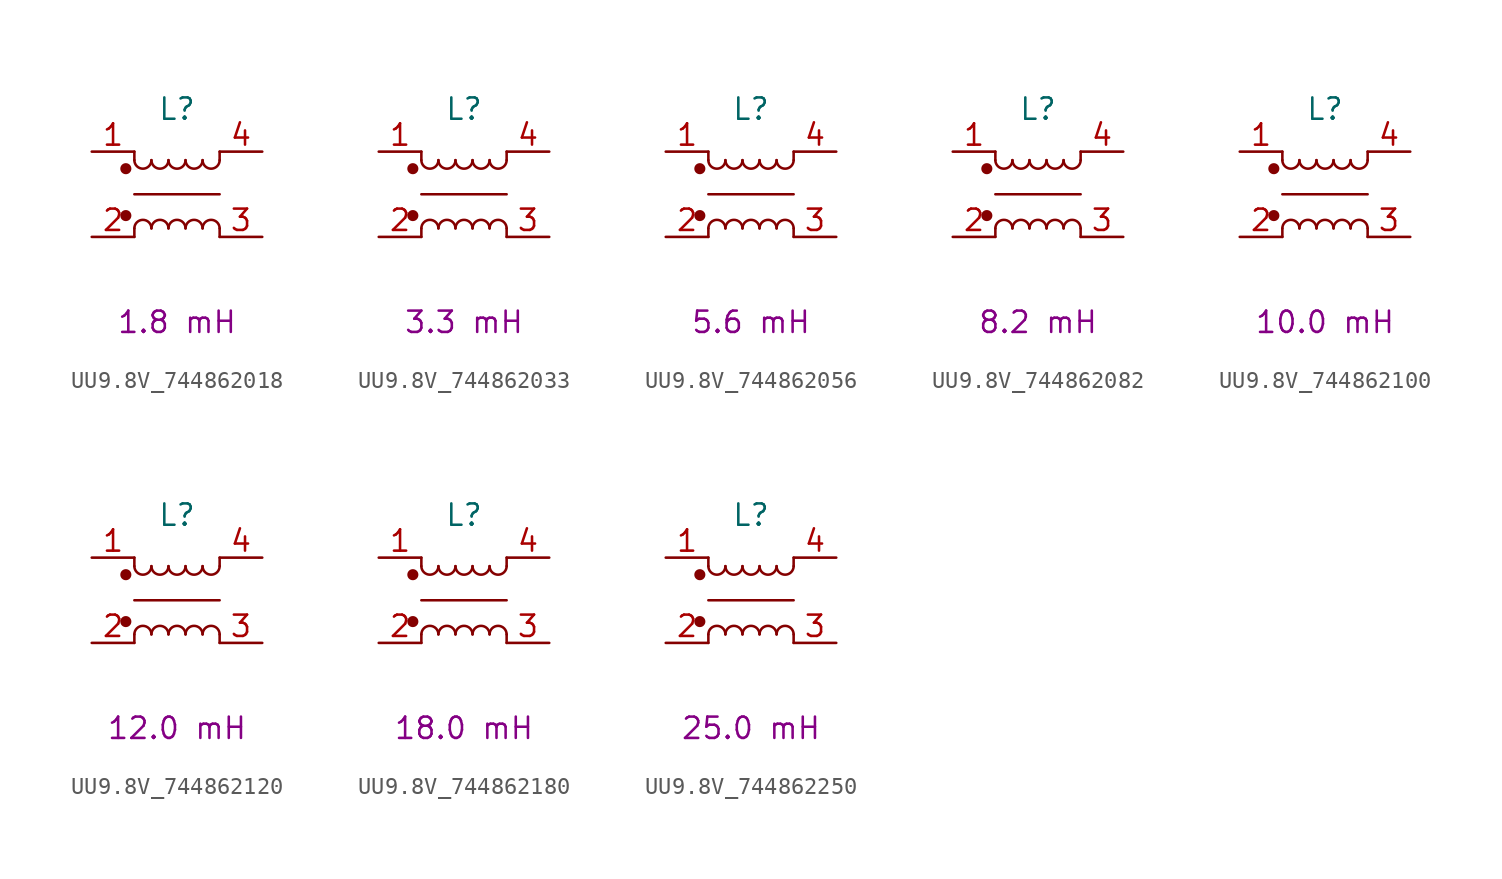
<source format=kicad_sym>
(kicad_symbol_lib
  (version 20220914)
  (generator kicad_symbol_editor)
  (symbol "UU9.8V_744862018"
    (pin_names hide)
    (property "Reference" "L"
      (at 0 5.08 0)
      (effects (font (size 1.27 1.27))))
    (property "Critical Parameter" "1.8 mH"
      (at 0 -7.62 0)
      (effects (font (size 1.27 1.27))))
    (symbol "UU9.8V_744862018_0_1"
      (circle (center -3.048 -1.27) (radius 0.254) (stroke (width 0) (type default)) (fill (type outline)))
      (circle (center -3.048 1.524) (radius 0.254) (stroke (width 0) (type default)) (fill (type outline)))
      (arc (start -2.54 2.032) (mid -2.032 1.5262) (end -1.524 2.032) (stroke (width 0) (type default)) (fill (type none)))
      (arc (start -1.524 -2.032) (mid -2.032 -1.5262) (end -2.54 -2.032) (stroke (width 0) (type default)) (fill (type none)))
      (arc (start -1.524 2.032) (mid -1.016 1.5262) (end -0.508 2.032) (stroke (width 0) (type default)) (fill (type none)))
      (arc (start -0.508 -2.032) (mid -1.016 -1.5262) (end -1.524 -2.032) (stroke (width 0) (type default)) (fill (type none)))
      (arc (start -0.508 2.032) (mid 0 1.5262) (end 0.508 2.032) (stroke (width 0) (type default)) (fill (type none)))
      (polyline (pts (xy -2.54 -2.032) (xy -2.54 -2.54)) (stroke (width 0) (type default)) (fill (type none)))
      (polyline (pts (xy -2.54 2.032) (xy -2.54 2.54)) (stroke (width 0) (type default)) (fill (type none)))
      (polyline (pts (xy 2.54 -2.032) (xy 2.54 -2.54)) (stroke (width 0) (type default)) (fill (type none)))
      (polyline (pts (xy 2.54 0) (xy -2.54 0)) (stroke (width 0) (type default)) (fill (type none)))
      (polyline (pts (xy 2.54 2.54) (xy 2.54 2.032)) (stroke (width 0) (type default)) (fill (type none)))
      (arc (start 0.508 -2.032) (mid 0 -1.5262) (end -0.508 -2.032) (stroke (width 0) (type default)) (fill (type none)))
      (arc (start 0.508 2.032) (mid 1.016 1.5262) (end 1.524 2.032) (stroke (width 0) (type default)) (fill (type none)))
      (arc (start 1.524 -2.032) (mid 1.016 -1.5262) (end 0.508 -2.032) (stroke (width 0) (type default)) (fill (type none)))
      (arc (start 1.524 2.032) (mid 2.032 1.5262) (end 2.54 2.032) (stroke (width 0) (type default)) (fill (type none)))
      (arc (start 2.54 -2.032) (mid 2.032 -1.5262) (end 1.524 -2.032) (stroke (width 0) (type default)) (fill (type none))))
    (symbol "UU9.8V_744862018_1_1"
      (pin passive line (at -5.08 2.54 0) (length 2.54) (name "1" (effects (font (size 1.27 1.27)))) (number "1" (effects (font (size 1.27 1.27)))))
      (pin passive line (at -5.08 -2.54 0) (length 2.54) (name "2" (effects (font (size 1.27 1.27)))) (number "2" (effects (font (size 1.27 1.27)))))
      (pin passive line (at 5.08 -2.54 180) (length 2.54) (name "3" (effects (font (size 1.27 1.27)))) (number "3" (effects (font (size 1.27 1.27)))))
      (pin passive line (at 5.08 2.54 180) (length 2.54) (name "4" (effects (font (size 1.27 1.27)))) (number "4" (effects (font (size 1.27 1.27)))))))
  (symbol "UU9.8V_744862033"
    (pin_names hide)
    (property "Reference" "L"
      (at 0 5.08 0)
      (effects (font (size 1.27 1.27))))
    (property "Critical Parameter" "3.3 mH"
      (at 0 -7.62 0)
      (effects (font (size 1.27 1.27))))
    (symbol "UU9.8V_744862033_0_1"
      (circle (center -3.048 -1.27) (radius 0.254) (stroke (width 0) (type default)) (fill (type outline)))
      (circle (center -3.048 1.524) (radius 0.254) (stroke (width 0) (type default)) (fill (type outline)))
      (arc (start -2.54 2.032) (mid -2.032 1.5262) (end -1.524 2.032) (stroke (width 0) (type default)) (fill (type none)))
      (arc (start -1.524 -2.032) (mid -2.032 -1.5262) (end -2.54 -2.032) (stroke (width 0) (type default)) (fill (type none)))
      (arc (start -1.524 2.032) (mid -1.016 1.5262) (end -0.508 2.032) (stroke (width 0) (type default)) (fill (type none)))
      (arc (start -0.508 -2.032) (mid -1.016 -1.5262) (end -1.524 -2.032) (stroke (width 0) (type default)) (fill (type none)))
      (arc (start -0.508 2.032) (mid 0 1.5262) (end 0.508 2.032) (stroke (width 0) (type default)) (fill (type none)))
      (polyline (pts (xy -2.54 -2.032) (xy -2.54 -2.54)) (stroke (width 0) (type default)) (fill (type none)))
      (polyline (pts (xy -2.54 2.032) (xy -2.54 2.54)) (stroke (width 0) (type default)) (fill (type none)))
      (polyline (pts (xy 2.54 -2.032) (xy 2.54 -2.54)) (stroke (width 0) (type default)) (fill (type none)))
      (polyline (pts (xy 2.54 0) (xy -2.54 0)) (stroke (width 0) (type default)) (fill (type none)))
      (polyline (pts (xy 2.54 2.54) (xy 2.54 2.032)) (stroke (width 0) (type default)) (fill (type none)))
      (arc (start 0.508 -2.032) (mid 0 -1.5262) (end -0.508 -2.032) (stroke (width 0) (type default)) (fill (type none)))
      (arc (start 0.508 2.032) (mid 1.016 1.5262) (end 1.524 2.032) (stroke (width 0) (type default)) (fill (type none)))
      (arc (start 1.524 -2.032) (mid 1.016 -1.5262) (end 0.508 -2.032) (stroke (width 0) (type default)) (fill (type none)))
      (arc (start 1.524 2.032) (mid 2.032 1.5262) (end 2.54 2.032) (stroke (width 0) (type default)) (fill (type none)))
      (arc (start 2.54 -2.032) (mid 2.032 -1.5262) (end 1.524 -2.032) (stroke (width 0) (type default)) (fill (type none))))
    (symbol "UU9.8V_744862033_1_1"
      (pin passive line (at -5.08 2.54 0) (length 2.54) (name "1" (effects (font (size 1.27 1.27)))) (number "1" (effects (font (size 1.27 1.27)))))
      (pin passive line (at -5.08 -2.54 0) (length 2.54) (name "2" (effects (font (size 1.27 1.27)))) (number "2" (effects (font (size 1.27 1.27)))))
      (pin passive line (at 5.08 -2.54 180) (length 2.54) (name "3" (effects (font (size 1.27 1.27)))) (number "3" (effects (font (size 1.27 1.27)))))
      (pin passive line (at 5.08 2.54 180) (length 2.54) (name "4" (effects (font (size 1.27 1.27)))) (number "4" (effects (font (size 1.27 1.27)))))))
  (symbol "UU9.8V_744862056"
    (pin_names hide)
    (property "Reference" "L"
      (at 0 5.08 0)
      (effects (font (size 1.27 1.27))))
    (property "Critical Parameter" "5.6 mH"
      (at 0 -7.62 0)
      (effects (font (size 1.27 1.27))))
    (symbol "UU9.8V_744862056_0_1"
      (circle (center -3.048 -1.27) (radius 0.254) (stroke (width 0) (type default)) (fill (type outline)))
      (circle (center -3.048 1.524) (radius 0.254) (stroke (width 0) (type default)) (fill (type outline)))
      (arc (start -2.54 2.032) (mid -2.032 1.5262) (end -1.524 2.032) (stroke (width 0) (type default)) (fill (type none)))
      (arc (start -1.524 -2.032) (mid -2.032 -1.5262) (end -2.54 -2.032) (stroke (width 0) (type default)) (fill (type none)))
      (arc (start -1.524 2.032) (mid -1.016 1.5262) (end -0.508 2.032) (stroke (width 0) (type default)) (fill (type none)))
      (arc (start -0.508 -2.032) (mid -1.016 -1.5262) (end -1.524 -2.032) (stroke (width 0) (type default)) (fill (type none)))
      (arc (start -0.508 2.032) (mid 0 1.5262) (end 0.508 2.032) (stroke (width 0) (type default)) (fill (type none)))
      (polyline (pts (xy -2.54 -2.032) (xy -2.54 -2.54)) (stroke (width 0) (type default)) (fill (type none)))
      (polyline (pts (xy -2.54 2.032) (xy -2.54 2.54)) (stroke (width 0) (type default)) (fill (type none)))
      (polyline (pts (xy 2.54 -2.032) (xy 2.54 -2.54)) (stroke (width 0) (type default)) (fill (type none)))
      (polyline (pts (xy 2.54 0) (xy -2.54 0)) (stroke (width 0) (type default)) (fill (type none)))
      (polyline (pts (xy 2.54 2.54) (xy 2.54 2.032)) (stroke (width 0) (type default)) (fill (type none)))
      (arc (start 0.508 -2.032) (mid 0 -1.5262) (end -0.508 -2.032) (stroke (width 0) (type default)) (fill (type none)))
      (arc (start 0.508 2.032) (mid 1.016 1.5262) (end 1.524 2.032) (stroke (width 0) (type default)) (fill (type none)))
      (arc (start 1.524 -2.032) (mid 1.016 -1.5262) (end 0.508 -2.032) (stroke (width 0) (type default)) (fill (type none)))
      (arc (start 1.524 2.032) (mid 2.032 1.5262) (end 2.54 2.032) (stroke (width 0) (type default)) (fill (type none)))
      (arc (start 2.54 -2.032) (mid 2.032 -1.5262) (end 1.524 -2.032) (stroke (width 0) (type default)) (fill (type none))))
    (symbol "UU9.8V_744862056_1_1"
      (pin passive line (at -5.08 2.54 0) (length 2.54) (name "1" (effects (font (size 1.27 1.27)))) (number "1" (effects (font (size 1.27 1.27)))))
      (pin passive line (at -5.08 -2.54 0) (length 2.54) (name "2" (effects (font (size 1.27 1.27)))) (number "2" (effects (font (size 1.27 1.27)))))
      (pin passive line (at 5.08 -2.54 180) (length 2.54) (name "3" (effects (font (size 1.27 1.27)))) (number "3" (effects (font (size 1.27 1.27)))))
      (pin passive line (at 5.08 2.54 180) (length 2.54) (name "4" (effects (font (size 1.27 1.27)))) (number "4" (effects (font (size 1.27 1.27)))))))
  (symbol "UU9.8V_744862082"
    (pin_names hide)
    (property "Reference" "L"
      (at 0 5.08 0)
      (effects (font (size 1.27 1.27))))
    (property "Critical Parameter" "8.2 mH"
      (at 0 -7.62 0)
      (effects (font (size 1.27 1.27))))
    (symbol "UU9.8V_744862082_0_1"
      (circle (center -3.048 -1.27) (radius 0.254) (stroke (width 0) (type default)) (fill (type outline)))
      (circle (center -3.048 1.524) (radius 0.254) (stroke (width 0) (type default)) (fill (type outline)))
      (arc (start -2.54 2.032) (mid -2.032 1.5262) (end -1.524 2.032) (stroke (width 0) (type default)) (fill (type none)))
      (arc (start -1.524 -2.032) (mid -2.032 -1.5262) (end -2.54 -2.032) (stroke (width 0) (type default)) (fill (type none)))
      (arc (start -1.524 2.032) (mid -1.016 1.5262) (end -0.508 2.032) (stroke (width 0) (type default)) (fill (type none)))
      (arc (start -0.508 -2.032) (mid -1.016 -1.5262) (end -1.524 -2.032) (stroke (width 0) (type default)) (fill (type none)))
      (arc (start -0.508 2.032) (mid 0 1.5262) (end 0.508 2.032) (stroke (width 0) (type default)) (fill (type none)))
      (polyline (pts (xy -2.54 -2.032) (xy -2.54 -2.54)) (stroke (width 0) (type default)) (fill (type none)))
      (polyline (pts (xy -2.54 2.032) (xy -2.54 2.54)) (stroke (width 0) (type default)) (fill (type none)))
      (polyline (pts (xy 2.54 -2.032) (xy 2.54 -2.54)) (stroke (width 0) (type default)) (fill (type none)))
      (polyline (pts (xy 2.54 0) (xy -2.54 0)) (stroke (width 0) (type default)) (fill (type none)))
      (polyline (pts (xy 2.54 2.54) (xy 2.54 2.032)) (stroke (width 0) (type default)) (fill (type none)))
      (arc (start 0.508 -2.032) (mid 0 -1.5262) (end -0.508 -2.032) (stroke (width 0) (type default)) (fill (type none)))
      (arc (start 0.508 2.032) (mid 1.016 1.5262) (end 1.524 2.032) (stroke (width 0) (type default)) (fill (type none)))
      (arc (start 1.524 -2.032) (mid 1.016 -1.5262) (end 0.508 -2.032) (stroke (width 0) (type default)) (fill (type none)))
      (arc (start 1.524 2.032) (mid 2.032 1.5262) (end 2.54 2.032) (stroke (width 0) (type default)) (fill (type none)))
      (arc (start 2.54 -2.032) (mid 2.032 -1.5262) (end 1.524 -2.032) (stroke (width 0) (type default)) (fill (type none))))
    (symbol "UU9.8V_744862082_1_1"
      (pin passive line (at -5.08 2.54 0) (length 2.54) (name "1" (effects (font (size 1.27 1.27)))) (number "1" (effects (font (size 1.27 1.27)))))
      (pin passive line (at -5.08 -2.54 0) (length 2.54) (name "2" (effects (font (size 1.27 1.27)))) (number "2" (effects (font (size 1.27 1.27)))))
      (pin passive line (at 5.08 -2.54 180) (length 2.54) (name "3" (effects (font (size 1.27 1.27)))) (number "3" (effects (font (size 1.27 1.27)))))
      (pin passive line (at 5.08 2.54 180) (length 2.54) (name "4" (effects (font (size 1.27 1.27)))) (number "4" (effects (font (size 1.27 1.27)))))))
  (symbol "UU9.8V_744862100"
    (pin_names hide)
    (property "Reference" "L"
      (at 0 5.08 0)
      (effects (font (size 1.27 1.27))))
    (property "Critical Parameter" "10.0 mH"
      (at 0 -7.62 0)
      (effects (font (size 1.27 1.27))))
    (symbol "UU9.8V_744862100_0_1"
      (circle (center -3.048 -1.27) (radius 0.254) (stroke (width 0) (type default)) (fill (type outline)))
      (circle (center -3.048 1.524) (radius 0.254) (stroke (width 0) (type default)) (fill (type outline)))
      (arc (start -2.54 2.032) (mid -2.032 1.5262) (end -1.524 2.032) (stroke (width 0) (type default)) (fill (type none)))
      (arc (start -1.524 -2.032) (mid -2.032 -1.5262) (end -2.54 -2.032) (stroke (width 0) (type default)) (fill (type none)))
      (arc (start -1.524 2.032) (mid -1.016 1.5262) (end -0.508 2.032) (stroke (width 0) (type default)) (fill (type none)))
      (arc (start -0.508 -2.032) (mid -1.016 -1.5262) (end -1.524 -2.032) (stroke (width 0) (type default)) (fill (type none)))
      (arc (start -0.508 2.032) (mid 0 1.5262) (end 0.508 2.032) (stroke (width 0) (type default)) (fill (type none)))
      (polyline (pts (xy -2.54 -2.032) (xy -2.54 -2.54)) (stroke (width 0) (type default)) (fill (type none)))
      (polyline (pts (xy -2.54 2.032) (xy -2.54 2.54)) (stroke (width 0) (type default)) (fill (type none)))
      (polyline (pts (xy 2.54 -2.032) (xy 2.54 -2.54)) (stroke (width 0) (type default)) (fill (type none)))
      (polyline (pts (xy 2.54 0) (xy -2.54 0)) (stroke (width 0) (type default)) (fill (type none)))
      (polyline (pts (xy 2.54 2.54) (xy 2.54 2.032)) (stroke (width 0) (type default)) (fill (type none)))
      (arc (start 0.508 -2.032) (mid 0 -1.5262) (end -0.508 -2.032) (stroke (width 0) (type default)) (fill (type none)))
      (arc (start 0.508 2.032) (mid 1.016 1.5262) (end 1.524 2.032) (stroke (width 0) (type default)) (fill (type none)))
      (arc (start 1.524 -2.032) (mid 1.016 -1.5262) (end 0.508 -2.032) (stroke (width 0) (type default)) (fill (type none)))
      (arc (start 1.524 2.032) (mid 2.032 1.5262) (end 2.54 2.032) (stroke (width 0) (type default)) (fill (type none)))
      (arc (start 2.54 -2.032) (mid 2.032 -1.5262) (end 1.524 -2.032) (stroke (width 0) (type default)) (fill (type none))))
    (symbol "UU9.8V_744862100_1_1"
      (pin passive line (at -5.08 2.54 0) (length 2.54) (name "1" (effects (font (size 1.27 1.27)))) (number "1" (effects (font (size 1.27 1.27)))))
      (pin passive line (at -5.08 -2.54 0) (length 2.54) (name "2" (effects (font (size 1.27 1.27)))) (number "2" (effects (font (size 1.27 1.27)))))
      (pin passive line (at 5.08 -2.54 180) (length 2.54) (name "3" (effects (font (size 1.27 1.27)))) (number "3" (effects (font (size 1.27 1.27)))))
      (pin passive line (at 5.08 2.54 180) (length 2.54) (name "4" (effects (font (size 1.27 1.27)))) (number "4" (effects (font (size 1.27 1.27)))))))
  (symbol "UU9.8V_744862120"
    (pin_names hide)
    (property "Reference" "L"
      (at 0 5.08 0)
      (effects (font (size 1.27 1.27))))
    (property "Critical Parameter" "12.0 mH"
      (at 0 -7.62 0)
      (effects (font (size 1.27 1.27))))
    (symbol "UU9.8V_744862120_0_1"
      (circle (center -3.048 -1.27) (radius 0.254) (stroke (width 0) (type default)) (fill (type outline)))
      (circle (center -3.048 1.524) (radius 0.254) (stroke (width 0) (type default)) (fill (type outline)))
      (arc (start -2.54 2.032) (mid -2.032 1.5262) (end -1.524 2.032) (stroke (width 0) (type default)) (fill (type none)))
      (arc (start -1.524 -2.032) (mid -2.032 -1.5262) (end -2.54 -2.032) (stroke (width 0) (type default)) (fill (type none)))
      (arc (start -1.524 2.032) (mid -1.016 1.5262) (end -0.508 2.032) (stroke (width 0) (type default)) (fill (type none)))
      (arc (start -0.508 -2.032) (mid -1.016 -1.5262) (end -1.524 -2.032) (stroke (width 0) (type default)) (fill (type none)))
      (arc (start -0.508 2.032) (mid 0 1.5262) (end 0.508 2.032) (stroke (width 0) (type default)) (fill (type none)))
      (polyline (pts (xy -2.54 -2.032) (xy -2.54 -2.54)) (stroke (width 0) (type default)) (fill (type none)))
      (polyline (pts (xy -2.54 2.032) (xy -2.54 2.54)) (stroke (width 0) (type default)) (fill (type none)))
      (polyline (pts (xy 2.54 -2.032) (xy 2.54 -2.54)) (stroke (width 0) (type default)) (fill (type none)))
      (polyline (pts (xy 2.54 0) (xy -2.54 0)) (stroke (width 0) (type default)) (fill (type none)))
      (polyline (pts (xy 2.54 2.54) (xy 2.54 2.032)) (stroke (width 0) (type default)) (fill (type none)))
      (arc (start 0.508 -2.032) (mid 0 -1.5262) (end -0.508 -2.032) (stroke (width 0) (type default)) (fill (type none)))
      (arc (start 0.508 2.032) (mid 1.016 1.5262) (end 1.524 2.032) (stroke (width 0) (type default)) (fill (type none)))
      (arc (start 1.524 -2.032) (mid 1.016 -1.5262) (end 0.508 -2.032) (stroke (width 0) (type default)) (fill (type none)))
      (arc (start 1.524 2.032) (mid 2.032 1.5262) (end 2.54 2.032) (stroke (width 0) (type default)) (fill (type none)))
      (arc (start 2.54 -2.032) (mid 2.032 -1.5262) (end 1.524 -2.032) (stroke (width 0) (type default)) (fill (type none))))
    (symbol "UU9.8V_744862120_1_1"
      (pin passive line (at -5.08 2.54 0) (length 2.54) (name "1" (effects (font (size 1.27 1.27)))) (number "1" (effects (font (size 1.27 1.27)))))
      (pin passive line (at -5.08 -2.54 0) (length 2.54) (name "2" (effects (font (size 1.27 1.27)))) (number "2" (effects (font (size 1.27 1.27)))))
      (pin passive line (at 5.08 -2.54 180) (length 2.54) (name "3" (effects (font (size 1.27 1.27)))) (number "3" (effects (font (size 1.27 1.27)))))
      (pin passive line (at 5.08 2.54 180) (length 2.54) (name "4" (effects (font (size 1.27 1.27)))) (number "4" (effects (font (size 1.27 1.27)))))))
  (symbol "UU9.8V_744862180"
    (pin_names hide)
    (property "Reference" "L"
      (at 0 5.08 0)
      (effects (font (size 1.27 1.27))))
    (property "Critical Parameter" "18.0 mH"
      (at 0 -7.62 0)
      (effects (font (size 1.27 1.27))))
    (symbol "UU9.8V_744862180_0_1"
      (circle (center -3.048 -1.27) (radius 0.254) (stroke (width 0) (type default)) (fill (type outline)))
      (circle (center -3.048 1.524) (radius 0.254) (stroke (width 0) (type default)) (fill (type outline)))
      (arc (start -2.54 2.032) (mid -2.032 1.5262) (end -1.524 2.032) (stroke (width 0) (type default)) (fill (type none)))
      (arc (start -1.524 -2.032) (mid -2.032 -1.5262) (end -2.54 -2.032) (stroke (width 0) (type default)) (fill (type none)))
      (arc (start -1.524 2.032) (mid -1.016 1.5262) (end -0.508 2.032) (stroke (width 0) (type default)) (fill (type none)))
      (arc (start -0.508 -2.032) (mid -1.016 -1.5262) (end -1.524 -2.032) (stroke (width 0) (type default)) (fill (type none)))
      (arc (start -0.508 2.032) (mid 0 1.5262) (end 0.508 2.032) (stroke (width 0) (type default)) (fill (type none)))
      (polyline (pts (xy -2.54 -2.032) (xy -2.54 -2.54)) (stroke (width 0) (type default)) (fill (type none)))
      (polyline (pts (xy -2.54 2.032) (xy -2.54 2.54)) (stroke (width 0) (type default)) (fill (type none)))
      (polyline (pts (xy 2.54 -2.032) (xy 2.54 -2.54)) (stroke (width 0) (type default)) (fill (type none)))
      (polyline (pts (xy 2.54 0) (xy -2.54 0)) (stroke (width 0) (type default)) (fill (type none)))
      (polyline (pts (xy 2.54 2.54) (xy 2.54 2.032)) (stroke (width 0) (type default)) (fill (type none)))
      (arc (start 0.508 -2.032) (mid 0 -1.5262) (end -0.508 -2.032) (stroke (width 0) (type default)) (fill (type none)))
      (arc (start 0.508 2.032) (mid 1.016 1.5262) (end 1.524 2.032) (stroke (width 0) (type default)) (fill (type none)))
      (arc (start 1.524 -2.032) (mid 1.016 -1.5262) (end 0.508 -2.032) (stroke (width 0) (type default)) (fill (type none)))
      (arc (start 1.524 2.032) (mid 2.032 1.5262) (end 2.54 2.032) (stroke (width 0) (type default)) (fill (type none)))
      (arc (start 2.54 -2.032) (mid 2.032 -1.5262) (end 1.524 -2.032) (stroke (width 0) (type default)) (fill (type none))))
    (symbol "UU9.8V_744862180_1_1"
      (pin passive line (at -5.08 2.54 0) (length 2.54) (name "1" (effects (font (size 1.27 1.27)))) (number "1" (effects (font (size 1.27 1.27)))))
      (pin passive line (at -5.08 -2.54 0) (length 2.54) (name "2" (effects (font (size 1.27 1.27)))) (number "2" (effects (font (size 1.27 1.27)))))
      (pin passive line (at 5.08 -2.54 180) (length 2.54) (name "3" (effects (font (size 1.27 1.27)))) (number "3" (effects (font (size 1.27 1.27)))))
      (pin passive line (at 5.08 2.54 180) (length 2.54) (name "4" (effects (font (size 1.27 1.27)))) (number "4" (effects (font (size 1.27 1.27)))))))
  (symbol "UU9.8V_744862250"
    (pin_names hide)
    (property "Reference" "L"
      (at 0 5.08 0)
      (effects (font (size 1.27 1.27))))
    (property "Critical Parameter" "25.0 mH"
      (at 0 -7.62 0)
      (effects (font (size 1.27 1.27))))
    (symbol "UU9.8V_744862250_0_1"
      (circle (center -3.048 -1.27) (radius 0.254) (stroke (width 0) (type default)) (fill (type outline)))
      (circle (center -3.048 1.524) (radius 0.254) (stroke (width 0) (type default)) (fill (type outline)))
      (arc (start -2.54 2.032) (mid -2.032 1.5262) (end -1.524 2.032) (stroke (width 0) (type default)) (fill (type none)))
      (arc (start -1.524 -2.032) (mid -2.032 -1.5262) (end -2.54 -2.032) (stroke (width 0) (type default)) (fill (type none)))
      (arc (start -1.524 2.032) (mid -1.016 1.5262) (end -0.508 2.032) (stroke (width 0) (type default)) (fill (type none)))
      (arc (start -0.508 -2.032) (mid -1.016 -1.5262) (end -1.524 -2.032) (stroke (width 0) (type default)) (fill (type none)))
      (arc (start -0.508 2.032) (mid 0 1.5262) (end 0.508 2.032) (stroke (width 0) (type default)) (fill (type none)))
      (polyline (pts (xy -2.54 -2.032) (xy -2.54 -2.54)) (stroke (width 0) (type default)) (fill (type none)))
      (polyline (pts (xy -2.54 2.032) (xy -2.54 2.54)) (stroke (width 0) (type default)) (fill (type none)))
      (polyline (pts (xy 2.54 -2.032) (xy 2.54 -2.54)) (stroke (width 0) (type default)) (fill (type none)))
      (polyline (pts (xy 2.54 0) (xy -2.54 0)) (stroke (width 0) (type default)) (fill (type none)))
      (polyline (pts (xy 2.54 2.54) (xy 2.54 2.032)) (stroke (width 0) (type default)) (fill (type none)))
      (arc (start 0.508 -2.032) (mid 0 -1.5262) (end -0.508 -2.032) (stroke (width 0) (type default)) (fill (type none)))
      (arc (start 0.508 2.032) (mid 1.016 1.5262) (end 1.524 2.032) (stroke (width 0) (type default)) (fill (type none)))
      (arc (start 1.524 -2.032) (mid 1.016 -1.5262) (end 0.508 -2.032) (stroke (width 0) (type default)) (fill (type none)))
      (arc (start 1.524 2.032) (mid 2.032 1.5262) (end 2.54 2.032) (stroke (width 0) (type default)) (fill (type none)))
      (arc (start 2.54 -2.032) (mid 2.032 -1.5262) (end 1.524 -2.032) (stroke (width 0) (type default)) (fill (type none))))
    (symbol "UU9.8V_744862250_1_1"
      (pin passive line (at -5.08 2.54 0) (length 2.54) (name "1" (effects (font (size 1.27 1.27)))) (number "1" (effects (font (size 1.27 1.27)))))
      (pin passive line (at -5.08 -2.54 0) (length 2.54) (name "2" (effects (font (size 1.27 1.27)))) (number "2" (effects (font (size 1.27 1.27)))))
      (pin passive line (at 5.08 -2.54 180) (length 2.54) (name "3" (effects (font (size 1.27 1.27)))) (number "3" (effects (font (size 1.27 1.27)))))
      (pin passive line (at 5.08 2.54 180) (length 2.54) (name "4" (effects (font (size 1.27 1.27)))) (number "4" (effects (font (size 1.27 1.27))))))))
</source>
